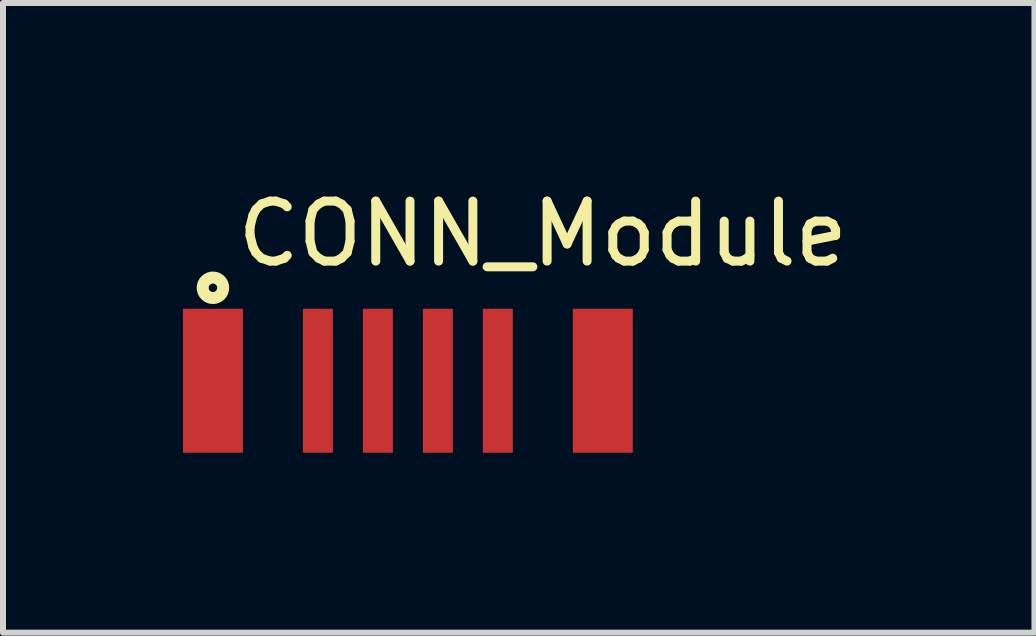
<source format=kicad_pcb>
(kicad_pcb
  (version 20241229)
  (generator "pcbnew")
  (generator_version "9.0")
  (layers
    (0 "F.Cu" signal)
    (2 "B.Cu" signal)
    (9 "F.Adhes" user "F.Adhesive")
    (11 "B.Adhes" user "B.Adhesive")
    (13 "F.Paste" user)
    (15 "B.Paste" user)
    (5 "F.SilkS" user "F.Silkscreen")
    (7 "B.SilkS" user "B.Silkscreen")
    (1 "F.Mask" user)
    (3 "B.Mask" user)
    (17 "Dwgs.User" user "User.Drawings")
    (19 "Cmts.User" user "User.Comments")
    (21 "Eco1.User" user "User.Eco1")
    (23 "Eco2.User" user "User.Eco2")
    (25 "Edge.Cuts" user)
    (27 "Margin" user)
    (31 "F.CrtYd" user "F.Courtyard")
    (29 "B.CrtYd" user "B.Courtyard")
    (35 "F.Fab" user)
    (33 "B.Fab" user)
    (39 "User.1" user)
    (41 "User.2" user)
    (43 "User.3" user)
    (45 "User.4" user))
  (footprint "CONN_Module"
    (layer "F.Cu")
    (at 3.75 2.598)
    (property "Reference" "CONN_Module" (at 2.25 -1.75 0) (layer "F.SilkS") (effects (font (size 1 1) (thickness 0.15))))
    (attr through_hole)
    (fp_circle (center -3.25 -0.85) (end -3.179 -0.85) (stroke (width 0.2) (type solid)) (fill no) (layer "F.SilkS"))
    (pad "1" smd rect (at -3.25 0.7) (size 1 2.4) (layers "F.Cu" "F.Mask"))
    (pad "2" smd rect (at -1.5 0.7) (size 0.5 2.4) (layers "F.Cu" "F.Mask"))
    (pad "3" smd rect (at -0.5 0.7) (size 0.5 2.4) (layers "F.Cu" "F.Mask"))
    (pad "4" smd rect (at 0.5 0.7) (size 0.5 2.4) (layers "F.Cu" "F.Mask"))
    (pad "5" smd rect (at 1.5 0.7) (size 0.5 2.4) (layers "F.Cu" "F.Mask"))
    (pad "6" smd rect (at 3.25 0.7) (size 1 2.4) (layers "F.Cu" "F.Mask")))
  (gr_rect
    (start -3 -3)
    (end 14.196 7.498)
    (stroke (width 0.1) (type default))
    (fill no)
    (layer "Edge.Cuts")))
</source>
